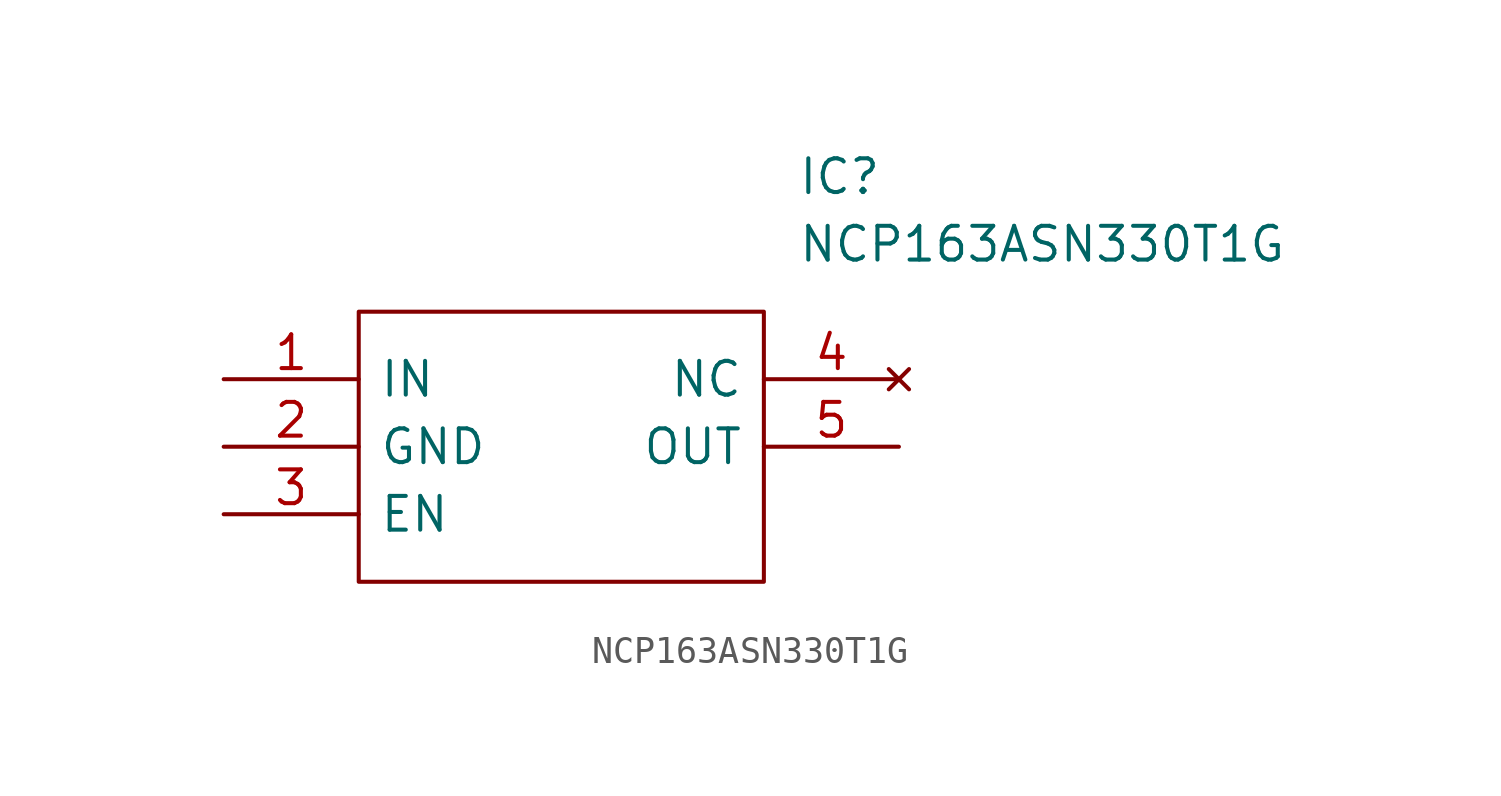
<source format=kicad_sym>
(kicad_symbol_lib
  (version 20220914)
  (generator kicad_symbol_editor)
  (symbol "NCP163ASN330T1G"
    (pin_names
      (offset 0.762))
    (property "Reference" "IC"
      (at 21.59 7.62 0)
      (effects (font (size 1.27 1.27)) (justify left)))
    (property "Value" "NCP163ASN330T1G"
      (at 21.59 5.08 0)
      (effects (font (size 1.27 1.27)) (justify left)))
    (symbol "NCP163ASN330T1G_0_0"
      (pin passive line (at 0 0 0) (length 5.08) (name "IN" (effects (font (size 1.27 1.27)))) (number "1" (effects (font (size 1.27 1.27)))))
      (pin passive line (at 0 -2.54 0) (length 5.08) (name "GND" (effects (font (size 1.27 1.27)))) (number "2" (effects (font (size 1.27 1.27)))))
      (pin passive line (at 0 -5.08 0) (length 5.08) (name "EN" (effects (font (size 1.27 1.27)))) (number "3" (effects (font (size 1.27 1.27)))))
      (pin no_connect line (at 25.4 0 180) (length 5.08) (name "NC" (effects (font (size 1.27 1.27)))) (number "4" (effects (font (size 1.27 1.27)))))
      (pin passive line (at 25.4 -2.54 180) (length 5.08) (name "OUT" (effects (font (size 1.27 1.27)))) (number "5" (effects (font (size 1.27 1.27))))))
    (symbol "NCP163ASN330T1G_0_1"
      (polyline (pts (xy 5.08 2.54) (xy 20.32 2.54) (xy 20.32 -7.62) (xy 5.08 -7.62) (xy 5.08 2.54)) (stroke (width 0.152) (type default)) (fill (type none))))))
</source>
